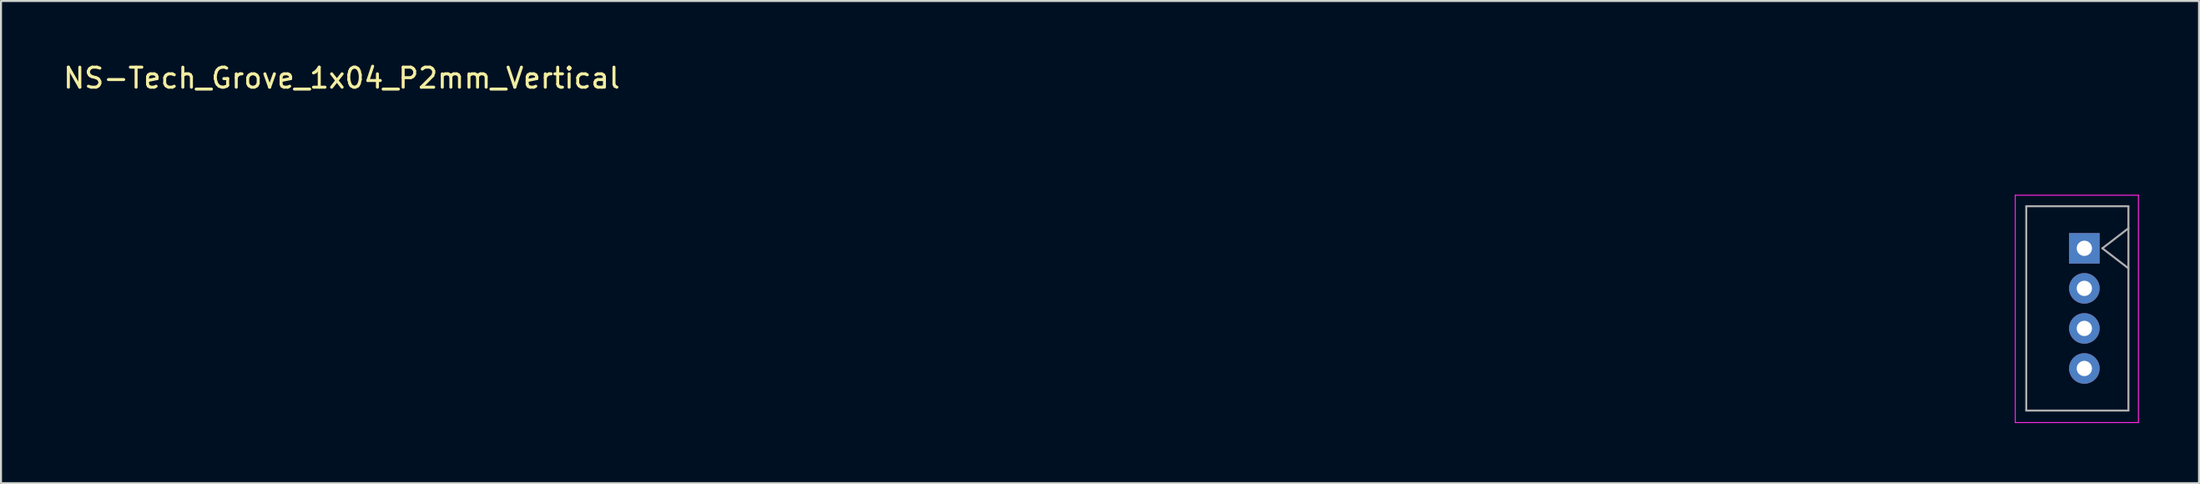
<source format=kicad_pcb>
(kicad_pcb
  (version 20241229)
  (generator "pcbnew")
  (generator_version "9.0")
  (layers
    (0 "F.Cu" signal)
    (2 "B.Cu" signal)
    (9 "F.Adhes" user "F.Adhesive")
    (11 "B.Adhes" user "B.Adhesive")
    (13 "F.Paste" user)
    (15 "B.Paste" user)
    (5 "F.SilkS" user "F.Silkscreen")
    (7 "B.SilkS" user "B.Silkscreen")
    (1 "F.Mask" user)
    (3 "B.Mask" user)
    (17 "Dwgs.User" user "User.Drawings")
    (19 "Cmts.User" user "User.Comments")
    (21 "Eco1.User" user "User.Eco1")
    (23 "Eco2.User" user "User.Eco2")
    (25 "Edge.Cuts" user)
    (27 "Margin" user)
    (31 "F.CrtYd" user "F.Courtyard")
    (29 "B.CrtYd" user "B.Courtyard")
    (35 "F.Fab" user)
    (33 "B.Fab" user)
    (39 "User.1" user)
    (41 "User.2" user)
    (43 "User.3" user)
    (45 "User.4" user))
  (footprint "NS-Tech_Grove_1x04_P2mm_Vertical"
    (layer "F.Cu")
    (at 101.006 9.348)
    (property "Reference" "NS-Tech_Grove_1x04_P2mm_Vertical" (at -87 -8.5 0) (layer "F.SilkS") (effects (font (size 1 1) (thickness 0.15))))
    (attr through_hole)
    (fp_line (start -3.45 -2.65) (end -3.45 8.7) (stroke (width 0.05) (type solid)) (layer "F.CrtYd"))
    (fp_line (start -3.45 -2.65) (end 2.7 -2.65) (stroke (width 0.05) (type solid)) (layer "F.CrtYd"))
    (fp_line (start -3.45 8.7) (end 2.7 8.7) (stroke (width 0.05) (type solid)) (layer "F.CrtYd"))
    (fp_line (start 2.7 8.7) (end 2.7 -2.65) (stroke (width 0.05) (type solid)) (layer "F.CrtYd"))
    (fp_line (start -2.9 -2.1) (end 2.2 -2.1) (stroke (width 0.1) (type solid)) (layer "F.Fab"))
    (fp_line (start -2.9 8.1) (end -2.9 -2.1) (stroke (width 0.1) (type solid)) (layer "F.Fab"))
    (fp_line (start 0.9 0) (end 2.2 1) (stroke (width 0.1) (type solid)) (layer "F.Fab"))
    (fp_line (start 2.2 -2.1) (end 2.2 8.1) (stroke (width 0.1) (type solid)) (layer "F.Fab"))
    (fp_line (start 2.2 -1) (end 0.9 0) (stroke (width 0.1) (type solid)) (layer "F.Fab"))
    (fp_line (start 2.2 8.1) (end -2.9 8.1) (stroke (width 0.1) (type solid)) (layer "F.Fab"))
    (pad "1" thru_hole rect (at 0 0) (size 1.524 1.524) (drill 0.762) (layers "*.Cu" "*.Mask"))
    (pad "2" thru_hole circle (at 0 2) (size 1.524 1.524) (drill 0.762) (layers "*.Cu" "*.Mask"))
    (pad "3" thru_hole circle (at 0 4) (size 1.524 1.524) (drill 0.762) (layers "*.Cu" "*.Mask"))
    (pad "4" thru_hole circle (at 0 6) (size 1.524 1.524) (drill 0.762) (layers "*.Cu" "*.Mask")))
  (gr_rect
    (start -3 -3)
    (end 106.731 21.073)
    (stroke (width 0.1) (type default))
    (fill no)
    (layer "Edge.Cuts")))
</source>
